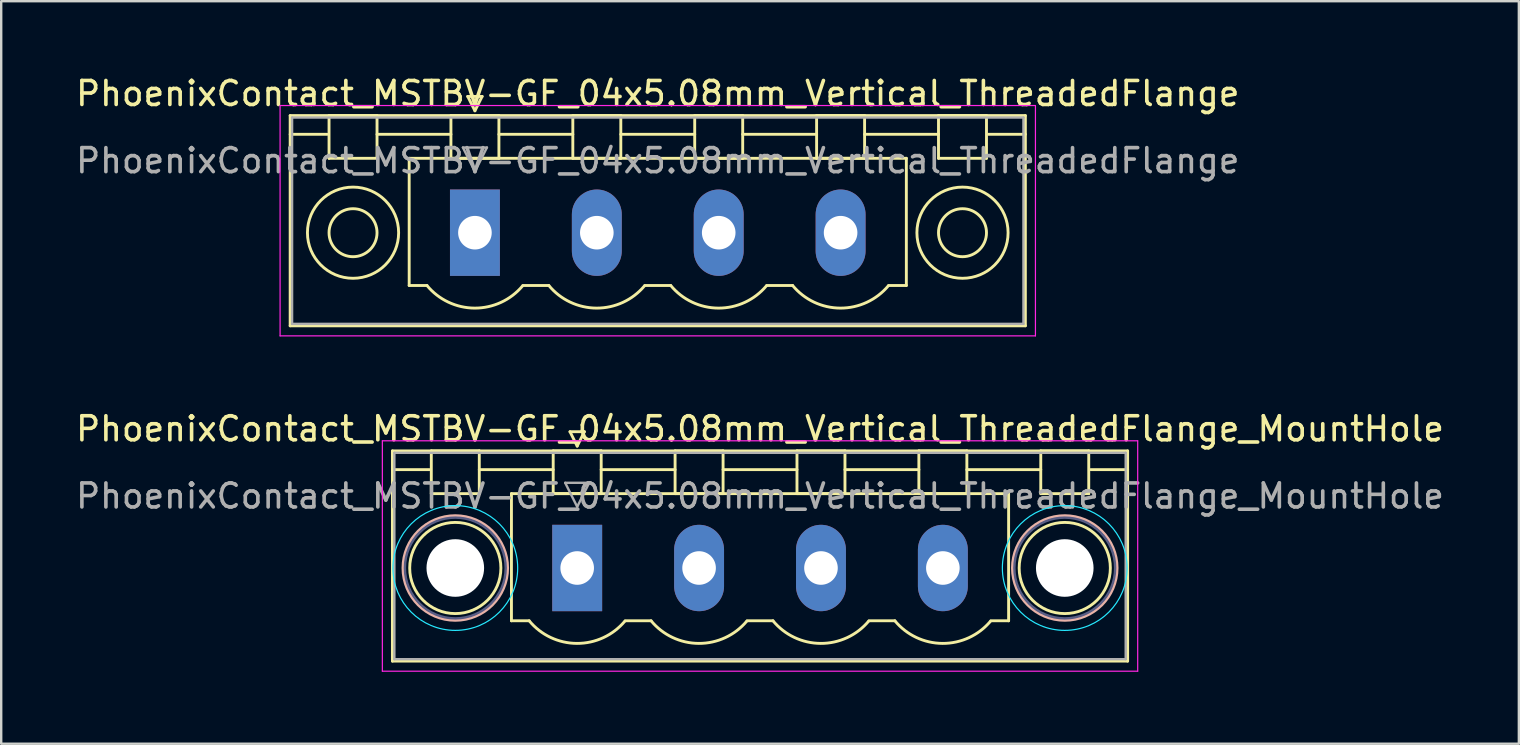
<source format=kicad_pcb>
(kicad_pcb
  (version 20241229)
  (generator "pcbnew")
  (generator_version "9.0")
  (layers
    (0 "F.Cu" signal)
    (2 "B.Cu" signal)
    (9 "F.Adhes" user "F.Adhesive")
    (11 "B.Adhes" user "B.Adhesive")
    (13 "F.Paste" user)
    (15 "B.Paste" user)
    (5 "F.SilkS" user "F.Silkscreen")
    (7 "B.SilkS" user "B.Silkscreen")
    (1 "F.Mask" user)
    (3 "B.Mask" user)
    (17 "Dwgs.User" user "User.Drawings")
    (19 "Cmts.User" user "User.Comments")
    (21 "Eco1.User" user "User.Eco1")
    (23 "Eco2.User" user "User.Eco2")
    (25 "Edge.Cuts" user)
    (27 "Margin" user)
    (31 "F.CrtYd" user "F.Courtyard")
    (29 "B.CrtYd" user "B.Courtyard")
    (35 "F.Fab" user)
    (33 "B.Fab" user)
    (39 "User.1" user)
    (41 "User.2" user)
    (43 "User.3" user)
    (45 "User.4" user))
  (footprint "PhoenixContact_MSTBV-GF_04x5.08mm_Vertical_ThreadedFlange_MountHole"
    (layer "F.Cu")
    (at 21.005 20.622)
    (property "Reference" "PhoenixContact_MSTBV-GF_04x5.08mm_Vertical_ThreadedFlange_MountHole" (at 7.62 -5.8 0) (layer "F.SilkS") (effects (font (size 1 1) (thickness 0.15))))
    (attr through_hole)
    (fp_line (start -7.7 -4.88) (end -7.7 3.88) (stroke (width 0.12) (type solid)) (layer "F.SilkS"))
    (fp_line (start -7.7 -4.1) (end -6.16 -4.1) (stroke (width 0.12) (type solid)) (layer "F.SilkS"))
    (fp_line (start -7.7 3.88) (end 22.94 3.88) (stroke (width 0.12) (type solid)) (layer "F.SilkS"))
    (fp_line (start -6.08 -4.88) (end -4.08 -4.88) (stroke (width 0.12) (type solid)) (layer "F.SilkS"))
    (fp_line (start -6.08 -3.1) (end -6.08 -4.88) (stroke (width 0.12) (type solid)) (layer "F.SilkS"))
    (fp_line (start -4.08 -4.88) (end -4.08 -3.1) (stroke (width 0.12) (type solid)) (layer "F.SilkS"))
    (fp_line (start -4.08 -4.1) (end -1 -4.1) (stroke (width 0.12) (type solid)) (layer "F.SilkS"))
    (fp_line (start -4.08 -3.1) (end -6.08 -3.1) (stroke (width 0.12) (type solid)) (layer "F.SilkS"))
    (fp_line (start -2.74 -3.1) (end 17.98 -3.1) (stroke (width 0.12) (type solid)) (layer "F.SilkS"))
    (fp_line (start -2.74 2.2) (end -2.74 -3.1) (stroke (width 0.12) (type solid)) (layer "F.SilkS"))
    (fp_line (start -2 2.2) (end -2.74 2.2) (stroke (width 0.12) (type solid)) (layer "F.SilkS"))
    (fp_line (start -1 -4.88) (end 1 -4.88) (stroke (width 0.12) (type solid)) (layer "F.SilkS"))
    (fp_line (start -1 -3.1) (end -1 -4.88) (stroke (width 0.12) (type solid)) (layer "F.SilkS"))
    (fp_line (start -0.3 -5.68) (end 0.3 -5.68) (stroke (width 0.12) (type solid)) (layer "F.SilkS"))
    (fp_line (start 0 -5.08) (end -0.3 -5.68) (stroke (width 0.12) (type solid)) (layer "F.SilkS"))
    (fp_line (start 0.3 -5.68) (end 0 -5.08) (stroke (width 0.12) (type solid)) (layer "F.SilkS"))
    (fp_line (start 1 -4.88) (end 1 -3.1) (stroke (width 0.12) (type solid)) (layer "F.SilkS"))
    (fp_line (start 1 -4.1) (end 4.08 -4.1) (stroke (width 0.12) (type solid)) (layer "F.SilkS"))
    (fp_line (start 1 -3.1) (end -1 -3.1) (stroke (width 0.12) (type solid)) (layer "F.SilkS"))
    (fp_line (start 2 2.2) (end 3.08 2.2) (stroke (width 0.12) (type solid)) (layer "F.SilkS"))
    (fp_line (start 4.08 -4.88) (end 6.08 -4.88) (stroke (width 0.12) (type solid)) (layer "F.SilkS"))
    (fp_line (start 4.08 -3.1) (end 4.08 -4.88) (stroke (width 0.12) (type solid)) (layer "F.SilkS"))
    (fp_line (start 6.08 -4.88) (end 6.08 -3.1) (stroke (width 0.12) (type solid)) (layer "F.SilkS"))
    (fp_line (start 6.08 -4.1) (end 9.16 -4.1) (stroke (width 0.12) (type solid)) (layer "F.SilkS"))
    (fp_line (start 6.08 -3.1) (end 4.08 -3.1) (stroke (width 0.12) (type solid)) (layer "F.SilkS"))
    (fp_line (start 7.08 2.2) (end 8.16 2.2) (stroke (width 0.12) (type solid)) (layer "F.SilkS"))
    (fp_line (start 9.16 -4.88) (end 11.16 -4.88) (stroke (width 0.12) (type solid)) (layer "F.SilkS"))
    (fp_line (start 9.16 -3.1) (end 9.16 -4.88) (stroke (width 0.12) (type solid)) (layer "F.SilkS"))
    (fp_line (start 11.16 -4.88) (end 11.16 -3.1) (stroke (width 0.12) (type solid)) (layer "F.SilkS"))
    (fp_line (start 11.16 -4.1) (end 14.24 -4.1) (stroke (width 0.12) (type solid)) (layer "F.SilkS"))
    (fp_line (start 11.16 -3.1) (end 9.16 -3.1) (stroke (width 0.12) (type solid)) (layer "F.SilkS"))
    (fp_line (start 12.16 2.2) (end 13.24 2.2) (stroke (width 0.12) (type solid)) (layer "F.SilkS"))
    (fp_line (start 14.24 -4.88) (end 16.24 -4.88) (stroke (width 0.12) (type solid)) (layer "F.SilkS"))
    (fp_line (start 14.24 -3.1) (end 14.24 -4.88) (stroke (width 0.12) (type solid)) (layer "F.SilkS"))
    (fp_line (start 16.24 -4.88) (end 16.24 -3.1) (stroke (width 0.12) (type solid)) (layer "F.SilkS"))
    (fp_line (start 16.24 -4.1) (end 19.32 -4.1) (stroke (width 0.12) (type solid)) (layer "F.SilkS"))
    (fp_line (start 16.24 -3.1) (end 14.24 -3.1) (stroke (width 0.12) (type solid)) (layer "F.SilkS"))
    (fp_line (start 17.98 -3.1) (end 17.98 2.2) (stroke (width 0.12) (type solid)) (layer "F.SilkS"))
    (fp_line (start 17.98 2.2) (end 17.24 2.2) (stroke (width 0.12) (type solid)) (layer "F.SilkS"))
    (fp_line (start 19.32 -4.88) (end 21.32 -4.88) (stroke (width 0.12) (type solid)) (layer "F.SilkS"))
    (fp_line (start 19.32 -3.1) (end 19.32 -4.88) (stroke (width 0.12) (type solid)) (layer "F.SilkS"))
    (fp_line (start 21.32 -4.88) (end 21.32 -3.1) (stroke (width 0.12) (type solid)) (layer "F.SilkS"))
    (fp_line (start 21.32 -3.1) (end 19.32 -3.1) (stroke (width 0.12) (type solid)) (layer "F.SilkS"))
    (fp_line (start 22.94 -4.88) (end -7.7 -4.88) (stroke (width 0.12) (type solid)) (layer "F.SilkS"))
    (fp_line (start 22.94 -4.1) (end 21.4 -4.1) (stroke (width 0.12) (type solid)) (layer "F.SilkS"))
    (fp_line (start 22.94 3.88) (end 22.94 -4.88) (stroke (width 0.12) (type solid)) (layer "F.SilkS"))
    (fp_arc (start 1.986842 2.215821) (mid -0.010289 3.142758) (end -2 2.2) (stroke (width 0.12) (type solid)) (layer "F.SilkS"))
    (fp_arc (start 7.066842 2.215821) (mid 5.069711 3.142758) (end 3.08 2.2) (stroke (width 0.12) (type solid)) (layer "F.SilkS"))
    (fp_arc (start 12.146842 2.215821) (mid 10.149711 3.142758) (end 8.16 2.2) (stroke (width 0.12) (type solid)) (layer "F.SilkS"))
    (fp_arc (start 17.226842 2.215821) (mid 15.229711 3.142758) (end 13.24 2.2) (stroke (width 0.12) (type solid)) (layer "F.SilkS"))
    (fp_circle (center -5.08 0) (end -3.18 0) (stroke (width 0.12) (type solid)) (fill no) (layer "F.SilkS"))
    (fp_circle (center 20.32 0) (end 22.22 0) (stroke (width 0.12) (type solid)) (fill no) (layer "F.SilkS"))
    (fp_circle (center -5.08 0) (end -2.9 0) (stroke (width 0.12) (type solid)) (fill no) (layer "B.SilkS"))
    (fp_circle (center 20.32 0) (end 22.5 0) (stroke (width 0.12) (type solid)) (fill no) (layer "B.SilkS"))
    (fp_circle (center -5.08 0) (end -2.48 0) (stroke (width 0.05) (type solid)) (fill no) (layer "B.CrtYd"))
    (fp_circle (center 20.32 0) (end 22.92 0) (stroke (width 0.05) (type solid)) (fill no) (layer "B.CrtYd"))
    (fp_line (start -8.12 -5.3) (end -8.12 4.3) (stroke (width 0.05) (type solid)) (layer "F.CrtYd"))
    (fp_line (start -8.12 4.3) (end 23.36 4.3) (stroke (width 0.05) (type solid)) (layer "F.CrtYd"))
    (fp_line (start 23.36 -5.3) (end -8.12 -5.3) (stroke (width 0.05) (type solid)) (layer "F.CrtYd"))
    (fp_line (start 23.36 4.3) (end 23.36 -5.3) (stroke (width 0.05) (type solid)) (layer "F.CrtYd"))
    (fp_circle (center -5.08 0) (end -2.98 0) (stroke (width 0.1) (type solid)) (fill no) (layer "B.Fab"))
    (fp_circle (center 20.32 0) (end 22.42 0) (stroke (width 0.1) (type solid)) (fill no) (layer "B.Fab"))
    (fp_line (start -7.62 -4.8) (end -7.62 3.8) (stroke (width 0.1) (type solid)) (layer "F.Fab"))
    (fp_line (start -7.62 3.8) (end 22.86 3.8) (stroke (width 0.1) (type solid)) (layer "F.Fab"))
    (fp_line (start -0.5 -3.55) (end 0.5 -3.55) (stroke (width 0.1) (type solid)) (layer "F.Fab"))
    (fp_line (start 0 -2.55) (end -0.5 -3.55) (stroke (width 0.1) (type solid)) (layer "F.Fab"))
    (fp_line (start 0.5 -3.55) (end 0 -2.55) (stroke (width 0.1) (type solid)) (layer "F.Fab"))
    (fp_line (start 22.86 -4.8) (end -7.62 -4.8) (stroke (width 0.1) (type solid)) (layer "F.Fab"))
    (fp_line (start 22.86 3.8) (end 22.86 -4.8) (stroke (width 0.1) (type solid)) (layer "F.Fab"))
    (fp_text user "${REFERENCE}" (at 7.62 -3 0) (layer "F.Fab") (effects (font (size 1 1) (thickness 0.15))))
    (pad "" np_thru_hole circle (at -5.08 0) (size 2.4 2.4) (drill 2.4) (layers "*.Cu" "*.Mask"))
    (pad "" np_thru_hole circle (at 20.32 0) (size 2.4 2.4) (drill 2.4) (layers "*.Cu" "*.Mask"))
    (pad "1" thru_hole rect (at 0 0) (size 2.08 3.6) (drill 1.4) (layers "*.Cu" "*.Mask"))
    (pad "2" thru_hole oval (at 5.08 0) (size 2.08 3.6) (drill 1.4) (layers "*.Cu" "*.Mask"))
    (pad "3" thru_hole oval (at 10.16 0) (size 2.08 3.6) (drill 1.4) (layers "*.Cu" "*.Mask"))
    (pad "4" thru_hole oval (at 15.24 0) (size 2.08 3.6) (drill 1.4) (layers "*.Cu" "*.Mask")))
  (footprint "PhoenixContact_MSTBV-GF_04x5.08mm_Vertical_ThreadedFlange"
    (layer "F.Cu")
    (at 16.743 6.648)
    (property "Reference" "PhoenixContact_MSTBV-GF_04x5.08mm_Vertical_ThreadedFlange" (at 7.62 -5.8 0) (layer "F.SilkS") (effects (font (size 1 1) (thickness 0.15))))
    (attr through_hole)
    (fp_line (start -7.7 -4.88) (end -7.7 3.88) (stroke (width 0.12) (type solid)) (layer "F.SilkS"))
    (fp_line (start -7.7 -4.1) (end -6.16 -4.1) (stroke (width 0.12) (type solid)) (layer "F.SilkS"))
    (fp_line (start -7.7 3.88) (end 22.94 3.88) (stroke (width 0.12) (type solid)) (layer "F.SilkS"))
    (fp_line (start -6.08 -4.88) (end -4.08 -4.88) (stroke (width 0.12) (type solid)) (layer "F.SilkS"))
    (fp_line (start -6.08 -3.1) (end -6.08 -4.88) (stroke (width 0.12) (type solid)) (layer "F.SilkS"))
    (fp_line (start -4.08 -4.88) (end -4.08 -3.1) (stroke (width 0.12) (type solid)) (layer "F.SilkS"))
    (fp_line (start -4.08 -4.1) (end -1 -4.1) (stroke (width 0.12) (type solid)) (layer "F.SilkS"))
    (fp_line (start -4.08 -3.1) (end -6.08 -3.1) (stroke (width 0.12) (type solid)) (layer "F.SilkS"))
    (fp_line (start -2.74 -3.1) (end 17.98 -3.1) (stroke (width 0.12) (type solid)) (layer "F.SilkS"))
    (fp_line (start -2.74 2.2) (end -2.74 -3.1) (stroke (width 0.12) (type solid)) (layer "F.SilkS"))
    (fp_line (start -2 2.2) (end -2.74 2.2) (stroke (width 0.12) (type solid)) (layer "F.SilkS"))
    (fp_line (start -1 -4.88) (end 1 -4.88) (stroke (width 0.12) (type solid)) (layer "F.SilkS"))
    (fp_line (start -1 -3.1) (end -1 -4.88) (stroke (width 0.12) (type solid)) (layer "F.SilkS"))
    (fp_line (start -0.3 -5.68) (end 0.3 -5.68) (stroke (width 0.12) (type solid)) (layer "F.SilkS"))
    (fp_line (start 0 -5.08) (end -0.3 -5.68) (stroke (width 0.12) (type solid)) (layer "F.SilkS"))
    (fp_line (start 0.3 -5.68) (end 0 -5.08) (stroke (width 0.12) (type solid)) (layer "F.SilkS"))
    (fp_line (start 1 -4.88) (end 1 -3.1) (stroke (width 0.12) (type solid)) (layer "F.SilkS"))
    (fp_line (start 1 -4.1) (end 4.08 -4.1) (stroke (width 0.12) (type solid)) (layer "F.SilkS"))
    (fp_line (start 1 -3.1) (end -1 -3.1) (stroke (width 0.12) (type solid)) (layer "F.SilkS"))
    (fp_line (start 2 2.2) (end 3.08 2.2) (stroke (width 0.12) (type solid)) (layer "F.SilkS"))
    (fp_line (start 4.08 -4.88) (end 6.08 -4.88) (stroke (width 0.12) (type solid)) (layer "F.SilkS"))
    (fp_line (start 4.08 -3.1) (end 4.08 -4.88) (stroke (width 0.12) (type solid)) (layer "F.SilkS"))
    (fp_line (start 6.08 -4.88) (end 6.08 -3.1) (stroke (width 0.12) (type solid)) (layer "F.SilkS"))
    (fp_line (start 6.08 -4.1) (end 9.16 -4.1) (stroke (width 0.12) (type solid)) (layer "F.SilkS"))
    (fp_line (start 6.08 -3.1) (end 4.08 -3.1) (stroke (width 0.12) (type solid)) (layer "F.SilkS"))
    (fp_line (start 7.08 2.2) (end 8.16 2.2) (stroke (width 0.12) (type solid)) (layer "F.SilkS"))
    (fp_line (start 9.16 -4.88) (end 11.16 -4.88) (stroke (width 0.12) (type solid)) (layer "F.SilkS"))
    (fp_line (start 9.16 -3.1) (end 9.16 -4.88) (stroke (width 0.12) (type solid)) (layer "F.SilkS"))
    (fp_line (start 11.16 -4.88) (end 11.16 -3.1) (stroke (width 0.12) (type solid)) (layer "F.SilkS"))
    (fp_line (start 11.16 -4.1) (end 14.24 -4.1) (stroke (width 0.12) (type solid)) (layer "F.SilkS"))
    (fp_line (start 11.16 -3.1) (end 9.16 -3.1) (stroke (width 0.12) (type solid)) (layer "F.SilkS"))
    (fp_line (start 12.16 2.2) (end 13.24 2.2) (stroke (width 0.12) (type solid)) (layer "F.SilkS"))
    (fp_line (start 14.24 -4.88) (end 16.24 -4.88) (stroke (width 0.12) (type solid)) (layer "F.SilkS"))
    (fp_line (start 14.24 -3.1) (end 14.24 -4.88) (stroke (width 0.12) (type solid)) (layer "F.SilkS"))
    (fp_line (start 16.24 -4.88) (end 16.24 -3.1) (stroke (width 0.12) (type solid)) (layer "F.SilkS"))
    (fp_line (start 16.24 -4.1) (end 19.32 -4.1) (stroke (width 0.12) (type solid)) (layer "F.SilkS"))
    (fp_line (start 16.24 -3.1) (end 14.24 -3.1) (stroke (width 0.12) (type solid)) (layer "F.SilkS"))
    (fp_line (start 17.98 -3.1) (end 17.98 2.2) (stroke (width 0.12) (type solid)) (layer "F.SilkS"))
    (fp_line (start 17.98 2.2) (end 17.24 2.2) (stroke (width 0.12) (type solid)) (layer "F.SilkS"))
    (fp_line (start 19.32 -4.88) (end 21.32 -4.88) (stroke (width 0.12) (type solid)) (layer "F.SilkS"))
    (fp_line (start 19.32 -3.1) (end 19.32 -4.88) (stroke (width 0.12) (type solid)) (layer "F.SilkS"))
    (fp_line (start 21.32 -4.88) (end 21.32 -3.1) (stroke (width 0.12) (type solid)) (layer "F.SilkS"))
    (fp_line (start 21.32 -3.1) (end 19.32 -3.1) (stroke (width 0.12) (type solid)) (layer "F.SilkS"))
    (fp_line (start 22.94 -4.88) (end -7.7 -4.88) (stroke (width 0.12) (type solid)) (layer "F.SilkS"))
    (fp_line (start 22.94 -4.1) (end 21.4 -4.1) (stroke (width 0.12) (type solid)) (layer "F.SilkS"))
    (fp_line (start 22.94 3.88) (end 22.94 -4.88) (stroke (width 0.12) (type solid)) (layer "F.SilkS"))
    (fp_arc (start 1.986842 2.215821) (mid -0.010289 3.142758) (end -2 2.2) (stroke (width 0.12) (type solid)) (layer "F.SilkS"))
    (fp_arc (start 7.066842 2.215821) (mid 5.069711 3.142758) (end 3.08 2.2) (stroke (width 0.12) (type solid)) (layer "F.SilkS"))
    (fp_arc (start 12.146842 2.215821) (mid 10.149711 3.142758) (end 8.16 2.2) (stroke (width 0.12) (type solid)) (layer "F.SilkS"))
    (fp_arc (start 17.226842 2.215821) (mid 15.229711 3.142758) (end 13.24 2.2) (stroke (width 0.12) (type solid)) (layer "F.SilkS"))
    (fp_circle (center -5.08 0) (end -4.08 0) (stroke (width 0.12) (type solid)) (fill no) (layer "F.SilkS"))
    (fp_circle (center -5.08 0) (end -3.18 0) (stroke (width 0.12) (type solid)) (fill no) (layer "F.SilkS"))
    (fp_circle (center 20.32 0) (end 21.32 0) (stroke (width 0.12) (type solid)) (fill no) (layer "F.SilkS"))
    (fp_circle (center 20.32 0) (end 22.22 0) (stroke (width 0.12) (type solid)) (fill no) (layer "F.SilkS"))
    (fp_line (start -8.12 -5.3) (end -8.12 4.3) (stroke (width 0.05) (type solid)) (layer "F.CrtYd"))
    (fp_line (start -8.12 4.3) (end 23.36 4.3) (stroke (width 0.05) (type solid)) (layer "F.CrtYd"))
    (fp_line (start 23.36 -5.3) (end -8.12 -5.3) (stroke (width 0.05) (type solid)) (layer "F.CrtYd"))
    (fp_line (start 23.36 4.3) (end 23.36 -5.3) (stroke (width 0.05) (type solid)) (layer "F.CrtYd"))
    (fp_line (start -7.62 -4.8) (end -7.62 3.8) (stroke (width 0.1) (type solid)) (layer "F.Fab"))
    (fp_line (start -7.62 3.8) (end 22.86 3.8) (stroke (width 0.1) (type solid)) (layer "F.Fab"))
    (fp_line (start -0.5 -3.55) (end 0.5 -3.55) (stroke (width 0.1) (type solid)) (layer "F.Fab"))
    (fp_line (start 0 -2.55) (end -0.5 -3.55) (stroke (width 0.1) (type solid)) (layer "F.Fab"))
    (fp_line (start 0.5 -3.55) (end 0 -2.55) (stroke (width 0.1) (type solid)) (layer "F.Fab"))
    (fp_line (start 22.86 -4.8) (end -7.62 -4.8) (stroke (width 0.1) (type solid)) (layer "F.Fab"))
    (fp_line (start 22.86 3.8) (end 22.86 -4.8) (stroke (width 0.1) (type solid)) (layer "F.Fab"))
    (fp_text user "${REFERENCE}" (at 7.62 -3 0) (layer "F.Fab") (effects (font (size 1 1) (thickness 0.15))))
    (pad "1" thru_hole rect (at 0 0) (size 2.08 3.6) (drill 1.4) (layers "*.Cu" "*.Mask"))
    (pad "2" thru_hole oval (at 5.08 0) (size 2.08 3.6) (drill 1.4) (layers "*.Cu" "*.Mask"))
    (pad "3" thru_hole oval (at 10.16 0) (size 2.08 3.6) (drill 1.4) (layers "*.Cu" "*.Mask"))
    (pad "4" thru_hole oval (at 15.24 0) (size 2.08 3.6) (drill 1.4) (layers "*.Cu" "*.Mask")))
  (gr_rect
    (start -3 -3)
    (end 60.25 27.947)
    (stroke (width 0.1) (type default))
    (fill no)
    (layer "Edge.Cuts")))
</source>
